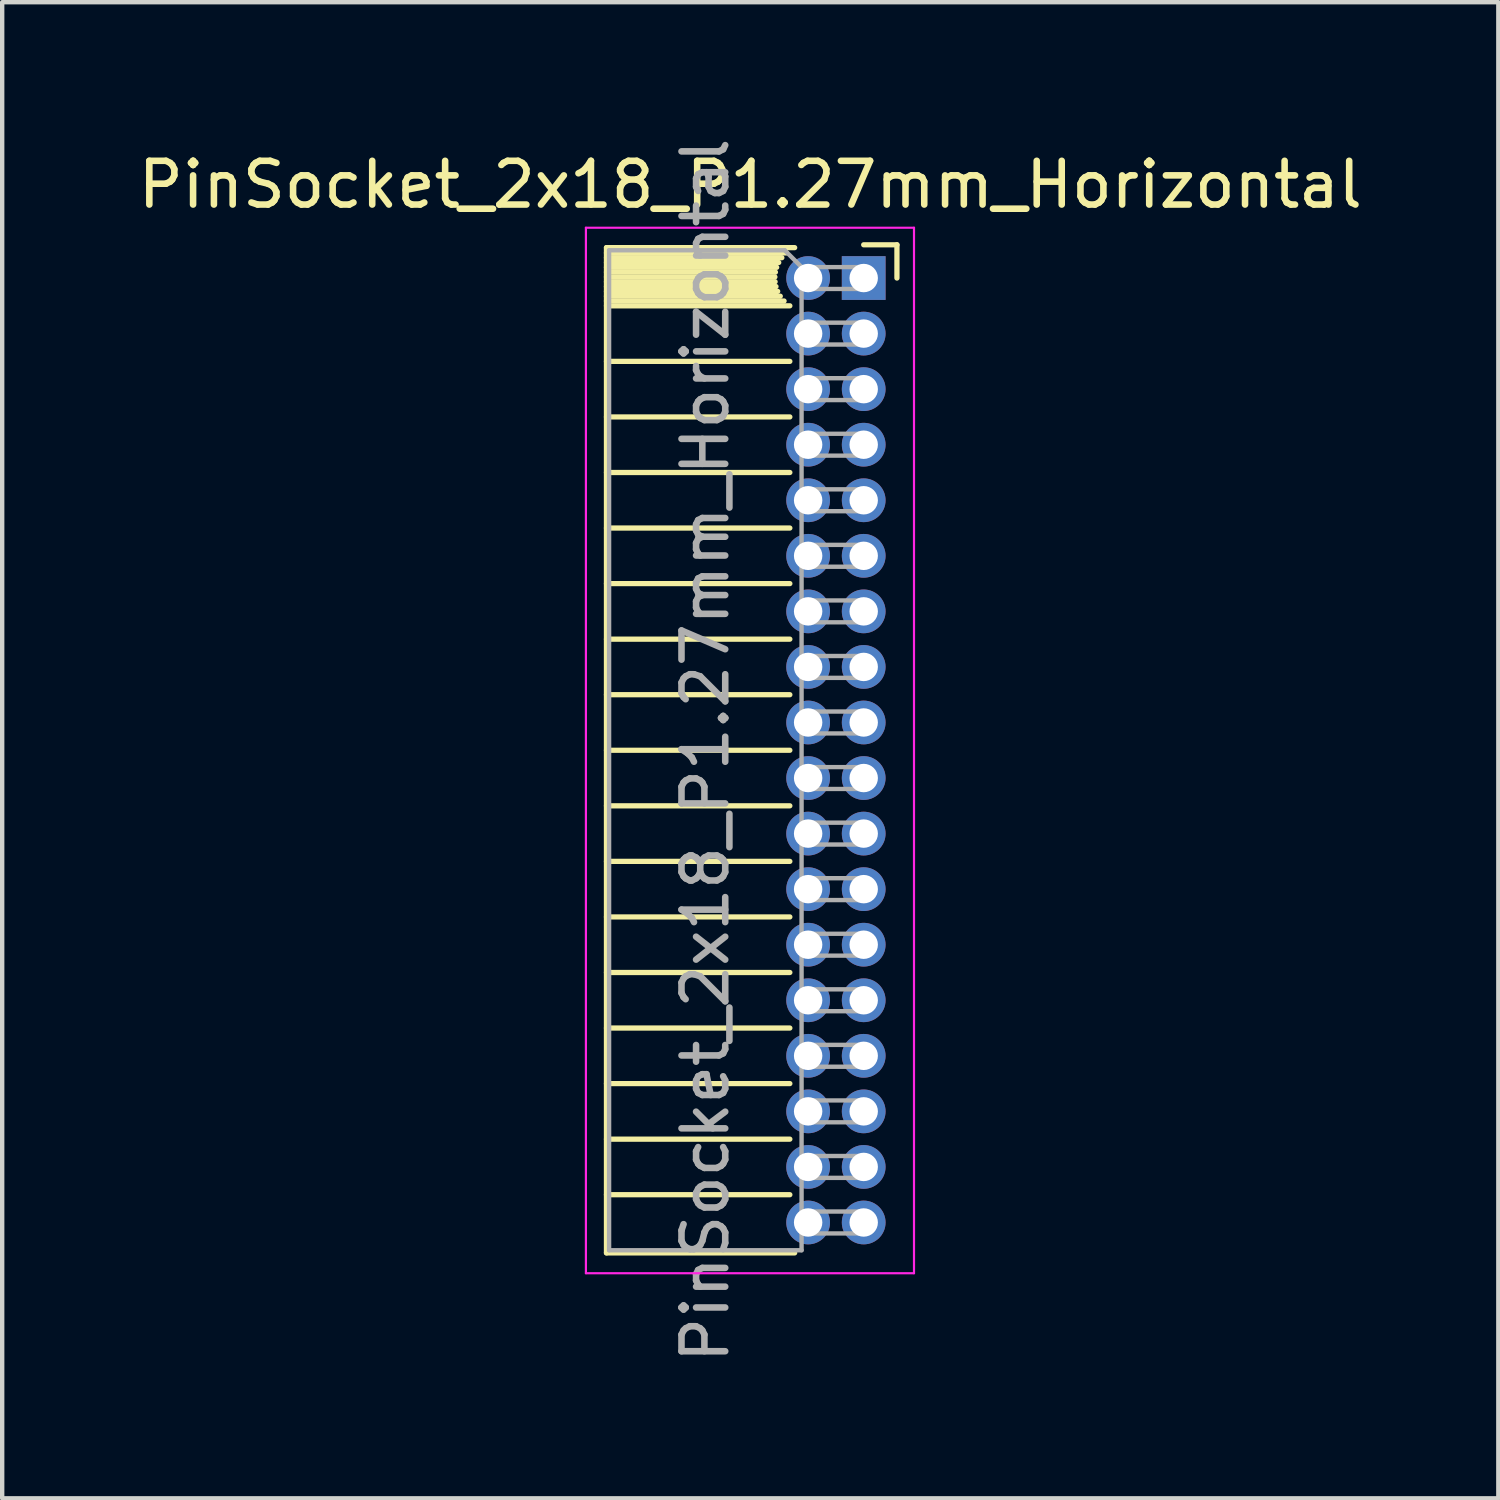
<source format=kicad_pcb>
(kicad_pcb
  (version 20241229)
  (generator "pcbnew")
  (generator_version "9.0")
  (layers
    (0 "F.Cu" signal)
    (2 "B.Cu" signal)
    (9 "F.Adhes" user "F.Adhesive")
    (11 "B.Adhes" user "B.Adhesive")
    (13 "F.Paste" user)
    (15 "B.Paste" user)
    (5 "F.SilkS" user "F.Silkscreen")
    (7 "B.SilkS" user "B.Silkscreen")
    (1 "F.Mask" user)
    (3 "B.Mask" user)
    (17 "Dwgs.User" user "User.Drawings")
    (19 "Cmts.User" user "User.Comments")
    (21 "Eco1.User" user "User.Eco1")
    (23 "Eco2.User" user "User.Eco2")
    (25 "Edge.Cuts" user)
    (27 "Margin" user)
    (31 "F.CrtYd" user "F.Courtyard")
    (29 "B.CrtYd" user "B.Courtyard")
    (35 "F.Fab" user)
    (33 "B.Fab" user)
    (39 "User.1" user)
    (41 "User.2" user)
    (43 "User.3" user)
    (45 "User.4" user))
  (footprint "PinSocket_2x18_P1.27mm_Horizontal"
    (layer "F.Cu")
    (at 16.694 3.306)
    (property "Reference" "PinSocket_2x18_P1.27mm_Horizontal" (at -2.592 -2.135 0) (layer "F.SilkS") (effects (font (size 1 1) (thickness 0.15))))
    (attr through_hole)
    (fp_line (start -5.88 -0.695) (end -5.88 22.285) (stroke (width 0.12) (type solid)) (layer "F.SilkS"))
    (fp_line (start -5.88 -0.695) (end -1.578 -0.695) (stroke (width 0.12) (type solid)) (layer "F.SilkS"))
    (fp_line (start -5.88 -0.575) (end -1.767 -0.575) (stroke (width 0.12) (type solid)) (layer "F.SilkS"))
    (fp_line (start -5.88 -0.465) (end -1.871 -0.465) (stroke (width 0.12) (type solid)) (layer "F.SilkS"))
    (fp_line (start -5.88 -0.355) (end -1.942 -0.355) (stroke (width 0.12) (type solid)) (layer "F.SilkS"))
    (fp_line (start -5.88 -0.245) (end -1.989 -0.245) (stroke (width 0.12) (type solid)) (layer "F.SilkS"))
    (fp_line (start -5.88 -0.135) (end -2.018 -0.135) (stroke (width 0.12) (type solid)) (layer "F.SilkS"))
    (fp_line (start -5.88 -0.025) (end -2.03 -0.025) (stroke (width 0.12) (type solid)) (layer "F.SilkS"))
    (fp_line (start -5.88 0.085) (end -2.025 0.085) (stroke (width 0.12) (type solid)) (layer "F.SilkS"))
    (fp_line (start -5.88 0.195) (end -2.005 0.195) (stroke (width 0.12) (type solid)) (layer "F.SilkS"))
    (fp_line (start -5.88 0.305) (end -1.966 0.305) (stroke (width 0.12) (type solid)) (layer "F.SilkS"))
    (fp_line (start -5.88 0.415) (end -1.907 0.415) (stroke (width 0.12) (type solid)) (layer "F.SilkS"))
    (fp_line (start -5.88 0.525) (end -1.82 0.525) (stroke (width 0.12) (type solid)) (layer "F.SilkS"))
    (fp_line (start -5.88 0.635) (end -1.688 0.635) (stroke (width 0.12) (type solid)) (layer "F.SilkS"))
    (fp_line (start -5.88 1.905) (end -1.688 1.905) (stroke (width 0.12) (type solid)) (layer "F.SilkS"))
    (fp_line (start -5.88 3.175) (end -1.688 3.175) (stroke (width 0.12) (type solid)) (layer "F.SilkS"))
    (fp_line (start -5.88 4.445) (end -1.688 4.445) (stroke (width 0.12) (type solid)) (layer "F.SilkS"))
    (fp_line (start -5.88 5.715) (end -1.688 5.715) (stroke (width 0.12) (type solid)) (layer "F.SilkS"))
    (fp_line (start -5.88 6.985) (end -1.688 6.985) (stroke (width 0.12) (type solid)) (layer "F.SilkS"))
    (fp_line (start -5.88 8.255) (end -1.688 8.255) (stroke (width 0.12) (type solid)) (layer "F.SilkS"))
    (fp_line (start -5.88 9.525) (end -1.688 9.525) (stroke (width 0.12) (type solid)) (layer "F.SilkS"))
    (fp_line (start -5.88 10.795) (end -1.688 10.795) (stroke (width 0.12) (type solid)) (layer "F.SilkS"))
    (fp_line (start -5.88 12.065) (end -1.688 12.065) (stroke (width 0.12) (type solid)) (layer "F.SilkS"))
    (fp_line (start -5.88 13.335) (end -1.688 13.335) (stroke (width 0.12) (type solid)) (layer "F.SilkS"))
    (fp_line (start -5.88 14.605) (end -1.688 14.605) (stroke (width 0.12) (type solid)) (layer "F.SilkS"))
    (fp_line (start -5.88 15.875) (end -1.688 15.875) (stroke (width 0.12) (type solid)) (layer "F.SilkS"))
    (fp_line (start -5.88 17.145) (end -1.688 17.145) (stroke (width 0.12) (type solid)) (layer "F.SilkS"))
    (fp_line (start -5.88 18.415) (end -1.688 18.415) (stroke (width 0.12) (type solid)) (layer "F.SilkS"))
    (fp_line (start -5.88 19.685) (end -1.688 19.685) (stroke (width 0.12) (type solid)) (layer "F.SilkS"))
    (fp_line (start -5.88 20.955) (end -1.688 20.955) (stroke (width 0.12) (type solid)) (layer "F.SilkS"))
    (fp_line (start -5.88 22.285) (end -1.578 22.285) (stroke (width 0.12) (type solid)) (layer "F.SilkS"))
    (fp_line (start 0 -0.76) (end 0.76 -0.76) (stroke (width 0.12) (type solid)) (layer "F.SilkS"))
    (fp_line (start 0.76 -0.76) (end 0.76 0) (stroke (width 0.12) (type solid)) (layer "F.SilkS"))
    (fp_line (start -6.35 -1.15) (end -6.35 22.75) (stroke (width 0.05) (type solid)) (layer "F.CrtYd"))
    (fp_line (start -6.35 22.75) (end 1.15 22.75) (stroke (width 0.05) (type solid)) (layer "F.CrtYd"))
    (fp_line (start 1.15 -1.15) (end -6.35 -1.15) (stroke (width 0.05) (type solid)) (layer "F.CrtYd"))
    (fp_line (start 1.15 22.75) (end 1.15 -1.15) (stroke (width 0.05) (type solid)) (layer "F.CrtYd"))
    (fp_line (start -5.82 -0.635) (end -1.805 -0.635) (stroke (width 0.1) (type solid)) (layer "F.Fab"))
    (fp_line (start -5.82 22.225) (end -5.82 -0.635) (stroke (width 0.1) (type solid)) (layer "F.Fab"))
    (fp_line (start -1.805 -0.635) (end -1.42 -0.25) (stroke (width 0.1) (type solid)) (layer "F.Fab"))
    (fp_line (start -1.42 -0.25) (end -1.42 22.225) (stroke (width 0.1) (type solid)) (layer "F.Fab"))
    (fp_line (start -1.42 0.25) (end 0 0.25) (stroke (width 0.1) (type solid)) (layer "F.Fab"))
    (fp_line (start -1.42 1.52) (end 0 1.52) (stroke (width 0.1) (type solid)) (layer "F.Fab"))
    (fp_line (start -1.42 2.79) (end 0 2.79) (stroke (width 0.1) (type solid)) (layer "F.Fab"))
    (fp_line (start -1.42 4.06) (end 0 4.06) (stroke (width 0.1) (type solid)) (layer "F.Fab"))
    (fp_line (start -1.42 5.33) (end 0 5.33) (stroke (width 0.1) (type solid)) (layer "F.Fab"))
    (fp_line (start -1.42 6.6) (end 0 6.6) (stroke (width 0.1) (type solid)) (layer "F.Fab"))
    (fp_line (start -1.42 7.87) (end 0 7.87) (stroke (width 0.1) (type solid)) (layer "F.Fab"))
    (fp_line (start -1.42 9.14) (end 0 9.14) (stroke (width 0.1) (type solid)) (layer "F.Fab"))
    (fp_line (start -1.42 10.41) (end 0 10.41) (stroke (width 0.1) (type solid)) (layer "F.Fab"))
    (fp_line (start -1.42 11.68) (end 0 11.68) (stroke (width 0.1) (type solid)) (layer "F.Fab"))
    (fp_line (start -1.42 12.95) (end 0 12.95) (stroke (width 0.1) (type solid)) (layer "F.Fab"))
    (fp_line (start -1.42 14.22) (end 0 14.22) (stroke (width 0.1) (type solid)) (layer "F.Fab"))
    (fp_line (start -1.42 15.49) (end 0 15.49) (stroke (width 0.1) (type solid)) (layer "F.Fab"))
    (fp_line (start -1.42 16.76) (end 0 16.76) (stroke (width 0.1) (type solid)) (layer "F.Fab"))
    (fp_line (start -1.42 18.03) (end 0 18.03) (stroke (width 0.1) (type solid)) (layer "F.Fab"))
    (fp_line (start -1.42 19.3) (end 0 19.3) (stroke (width 0.1) (type solid)) (layer "F.Fab"))
    (fp_line (start -1.42 20.57) (end 0 20.57) (stroke (width 0.1) (type solid)) (layer "F.Fab"))
    (fp_line (start -1.42 21.84) (end 0 21.84) (stroke (width 0.1) (type solid)) (layer "F.Fab"))
    (fp_line (start -1.42 22.225) (end -5.82 22.225) (stroke (width 0.1) (type solid)) (layer "F.Fab"))
    (fp_line (start 0 -0.25) (end -1.42 -0.25) (stroke (width 0.1) (type solid)) (layer "F.Fab"))
    (fp_line (start 0 0.25) (end 0 -0.25) (stroke (width 0.1) (type solid)) (layer "F.Fab"))
    (fp_line (start 0 1.02) (end -1.42 1.02) (stroke (width 0.1) (type solid)) (layer "F.Fab"))
    (fp_line (start 0 1.52) (end 0 1.02) (stroke (width 0.1) (type solid)) (layer "F.Fab"))
    (fp_line (start 0 2.29) (end -1.42 2.29) (stroke (width 0.1) (type solid)) (layer "F.Fab"))
    (fp_line (start 0 2.79) (end 0 2.29) (stroke (width 0.1) (type solid)) (layer "F.Fab"))
    (fp_line (start 0 3.56) (end -1.42 3.56) (stroke (width 0.1) (type solid)) (layer "F.Fab"))
    (fp_line (start 0 4.06) (end 0 3.56) (stroke (width 0.1) (type solid)) (layer "F.Fab"))
    (fp_line (start 0 4.83) (end -1.42 4.83) (stroke (width 0.1) (type solid)) (layer "F.Fab"))
    (fp_line (start 0 5.33) (end 0 4.83) (stroke (width 0.1) (type solid)) (layer "F.Fab"))
    (fp_line (start 0 6.1) (end -1.42 6.1) (stroke (width 0.1) (type solid)) (layer "F.Fab"))
    (fp_line (start 0 6.6) (end 0 6.1) (stroke (width 0.1) (type solid)) (layer "F.Fab"))
    (fp_line (start 0 7.37) (end -1.42 7.37) (stroke (width 0.1) (type solid)) (layer "F.Fab"))
    (fp_line (start 0 7.87) (end 0 7.37) (stroke (width 0.1) (type solid)) (layer "F.Fab"))
    (fp_line (start 0 8.64) (end -1.42 8.64) (stroke (width 0.1) (type solid)) (layer "F.Fab"))
    (fp_line (start 0 9.14) (end 0 8.64) (stroke (width 0.1) (type solid)) (layer "F.Fab"))
    (fp_line (start 0 9.91) (end -1.42 9.91) (stroke (width 0.1) (type solid)) (layer "F.Fab"))
    (fp_line (start 0 10.41) (end 0 9.91) (stroke (width 0.1) (type solid)) (layer "F.Fab"))
    (fp_line (start 0 11.18) (end -1.42 11.18) (stroke (width 0.1) (type solid)) (layer "F.Fab"))
    (fp_line (start 0 11.68) (end 0 11.18) (stroke (width 0.1) (type solid)) (layer "F.Fab"))
    (fp_line (start 0 12.45) (end -1.42 12.45) (stroke (width 0.1) (type solid)) (layer "F.Fab"))
    (fp_line (start 0 12.95) (end 0 12.45) (stroke (width 0.1) (type solid)) (layer "F.Fab"))
    (fp_line (start 0 13.72) (end -1.42 13.72) (stroke (width 0.1) (type solid)) (layer "F.Fab"))
    (fp_line (start 0 14.22) (end 0 13.72) (stroke (width 0.1) (type solid)) (layer "F.Fab"))
    (fp_line (start 0 14.99) (end -1.42 14.99) (stroke (width 0.1) (type solid)) (layer "F.Fab"))
    (fp_line (start 0 15.49) (end 0 14.99) (stroke (width 0.1) (type solid)) (layer "F.Fab"))
    (fp_line (start 0 16.26) (end -1.42 16.26) (stroke (width 0.1) (type solid)) (layer "F.Fab"))
    (fp_line (start 0 16.76) (end 0 16.26) (stroke (width 0.1) (type solid)) (layer "F.Fab"))
    (fp_line (start 0 17.53) (end -1.42 17.53) (stroke (width 0.1) (type solid)) (layer "F.Fab"))
    (fp_line (start 0 18.03) (end 0 17.53) (stroke (width 0.1) (type solid)) (layer "F.Fab"))
    (fp_line (start 0 18.8) (end -1.42 18.8) (stroke (width 0.1) (type solid)) (layer "F.Fab"))
    (fp_line (start 0 19.3) (end 0 18.8) (stroke (width 0.1) (type solid)) (layer "F.Fab"))
    (fp_line (start 0 20.07) (end -1.42 20.07) (stroke (width 0.1) (type solid)) (layer "F.Fab"))
    (fp_line (start 0 20.57) (end 0 20.07) (stroke (width 0.1) (type solid)) (layer "F.Fab"))
    (fp_line (start 0 21.34) (end -1.42 21.34) (stroke (width 0.1) (type solid)) (layer "F.Fab"))
    (fp_line (start 0 21.84) (end 0 21.34) (stroke (width 0.1) (type solid)) (layer "F.Fab"))
    (fp_text user "${REFERENCE}" (at -3.62 10.795 90) (layer "F.Fab") (effects (font (size 1 1) (thickness 0.15))))
    (pad "1" thru_hole rect (at 0 0) (size 1 1) (drill 0.65) (layers "*.Cu" "*.Mask"))
    (pad "2" thru_hole oval (at -1.27 0) (size 1 1) (drill 0.65) (layers "*.Cu" "*.Mask"))
    (pad "3" thru_hole oval (at 0 1.27) (size 1 1) (drill 0.65) (layers "*.Cu" "*.Mask"))
    (pad "4" thru_hole oval (at -1.27 1.27) (size 1 1) (drill 0.65) (layers "*.Cu" "*.Mask"))
    (pad "5" thru_hole oval (at 0 2.54) (size 1 1) (drill 0.65) (layers "*.Cu" "*.Mask"))
    (pad "6" thru_hole oval (at -1.27 2.54) (size 1 1) (drill 0.65) (layers "*.Cu" "*.Mask"))
    (pad "7" thru_hole oval (at 0 3.81) (size 1 1) (drill 0.65) (layers "*.Cu" "*.Mask"))
    (pad "8" thru_hole oval (at -1.27 3.81) (size 1 1) (drill 0.65) (layers "*.Cu" "*.Mask"))
    (pad "9" thru_hole oval (at 0 5.08) (size 1 1) (drill 0.65) (layers "*.Cu" "*.Mask"))
    (pad "10" thru_hole oval (at -1.27 5.08) (size 1 1) (drill 0.65) (layers "*.Cu" "*.Mask"))
    (pad "11" thru_hole oval (at 0 6.35) (size 1 1) (drill 0.65) (layers "*.Cu" "*.Mask"))
    (pad "12" thru_hole oval (at -1.27 6.35) (size 1 1) (drill 0.65) (layers "*.Cu" "*.Mask"))
    (pad "13" thru_hole oval (at 0 7.62) (size 1 1) (drill 0.65) (layers "*.Cu" "*.Mask"))
    (pad "14" thru_hole oval (at -1.27 7.62) (size 1 1) (drill 0.65) (layers "*.Cu" "*.Mask"))
    (pad "15" thru_hole oval (at 0 8.89) (size 1 1) (drill 0.65) (layers "*.Cu" "*.Mask"))
    (pad "16" thru_hole oval (at -1.27 8.89) (size 1 1) (drill 0.65) (layers "*.Cu" "*.Mask"))
    (pad "17" thru_hole oval (at 0 10.16) (size 1 1) (drill 0.65) (layers "*.Cu" "*.Mask"))
    (pad "18" thru_hole oval (at -1.27 10.16) (size 1 1) (drill 0.65) (layers "*.Cu" "*.Mask"))
    (pad "19" thru_hole oval (at 0 11.43) (size 1 1) (drill 0.65) (layers "*.Cu" "*.Mask"))
    (pad "20" thru_hole oval (at -1.27 11.43) (size 1 1) (drill 0.65) (layers "*.Cu" "*.Mask"))
    (pad "21" thru_hole oval (at 0 12.7) (size 1 1) (drill 0.65) (layers "*.Cu" "*.Mask"))
    (pad "22" thru_hole oval (at -1.27 12.7) (size 1 1) (drill 0.65) (layers "*.Cu" "*.Mask"))
    (pad "23" thru_hole oval (at 0 13.97) (size 1 1) (drill 0.65) (layers "*.Cu" "*.Mask"))
    (pad "24" thru_hole oval (at -1.27 13.97) (size 1 1) (drill 0.65) (layers "*.Cu" "*.Mask"))
    (pad "25" thru_hole oval (at 0 15.24) (size 1 1) (drill 0.65) (layers "*.Cu" "*.Mask"))
    (pad "26" thru_hole oval (at -1.27 15.24) (size 1 1) (drill 0.65) (layers "*.Cu" "*.Mask"))
    (pad "27" thru_hole oval (at 0 16.51) (size 1 1) (drill 0.65) (layers "*.Cu" "*.Mask"))
    (pad "28" thru_hole oval (at -1.27 16.51) (size 1 1) (drill 0.65) (layers "*.Cu" "*.Mask"))
    (pad "29" thru_hole oval (at 0 17.78) (size 1 1) (drill 0.65) (layers "*.Cu" "*.Mask"))
    (pad "30" thru_hole oval (at -1.27 17.78) (size 1 1) (drill 0.65) (layers "*.Cu" "*.Mask"))
    (pad "31" thru_hole oval (at 0 19.05) (size 1 1) (drill 0.65) (layers "*.Cu" "*.Mask"))
    (pad "32" thru_hole oval (at -1.27 19.05) (size 1 1) (drill 0.65) (layers "*.Cu" "*.Mask"))
    (pad "33" thru_hole oval (at 0 20.32) (size 1 1) (drill 0.65) (layers "*.Cu" "*.Mask"))
    (pad "34" thru_hole oval (at -1.27 20.32) (size 1 1) (drill 0.65) (layers "*.Cu" "*.Mask"))
    (pad "35" thru_hole oval (at 0 21.59) (size 1 1) (drill 0.65) (layers "*.Cu" "*.Mask"))
    (pad "36" thru_hole oval (at -1.27 21.59) (size 1 1) (drill 0.65) (layers "*.Cu" "*.Mask")))
  (gr_rect
    (start -3 -3)
    (end 31.202 31.202)
    (stroke (width 0.1) (type default))
    (fill no)
    (layer "Edge.Cuts")))
</source>
